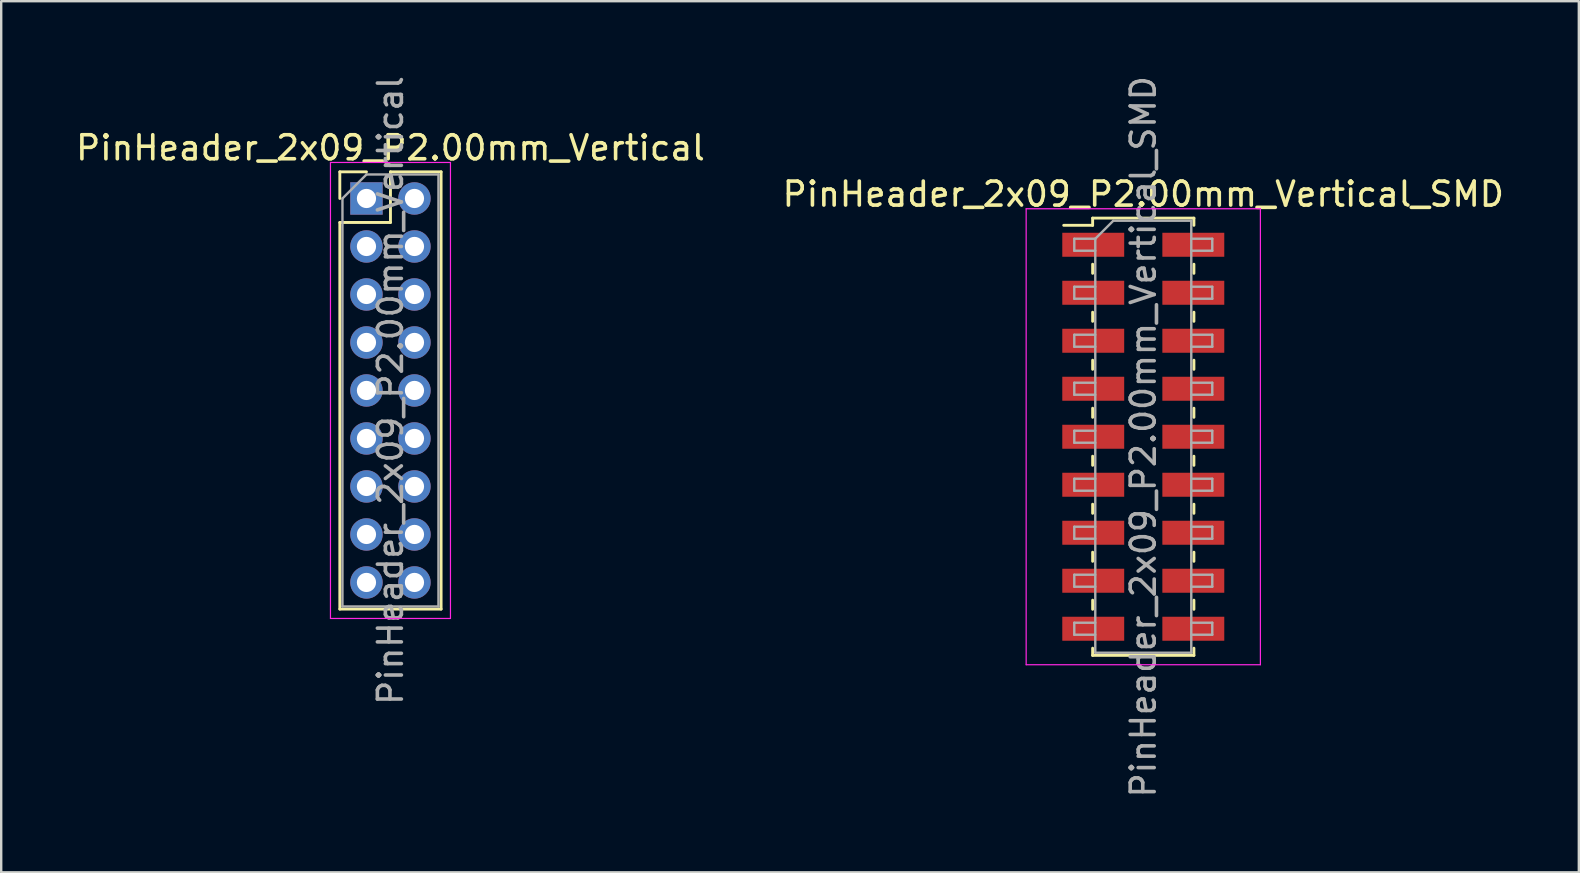
<source format=kicad_pcb>
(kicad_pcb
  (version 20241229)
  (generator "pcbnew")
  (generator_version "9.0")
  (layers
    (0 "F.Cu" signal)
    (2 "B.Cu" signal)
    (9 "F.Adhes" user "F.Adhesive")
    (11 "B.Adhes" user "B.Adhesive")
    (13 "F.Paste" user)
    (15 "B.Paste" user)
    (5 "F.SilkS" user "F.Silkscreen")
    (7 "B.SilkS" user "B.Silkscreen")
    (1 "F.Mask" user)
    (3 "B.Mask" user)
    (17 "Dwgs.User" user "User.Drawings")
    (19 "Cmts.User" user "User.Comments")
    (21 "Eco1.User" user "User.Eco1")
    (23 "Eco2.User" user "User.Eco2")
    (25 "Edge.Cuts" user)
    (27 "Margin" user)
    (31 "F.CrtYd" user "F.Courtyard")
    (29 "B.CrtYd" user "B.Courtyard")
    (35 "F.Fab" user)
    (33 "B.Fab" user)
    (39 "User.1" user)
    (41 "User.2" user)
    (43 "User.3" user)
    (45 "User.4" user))
  (footprint "PinHeader_2x09_P2.00mm_Vertical_SMD"
    (layer "F.Cu")
    (at 44.589 15.149)
    (property "Reference" "PinHeader_2x09_P2.00mm_Vertical_SMD" (at 0 -10.11 0) (layer "F.SilkS") (effects (font (size 1 1) (thickness 0.15))))
    (attr smd)
    (fp_line (start -3.315 -8.81) (end -2.11 -8.81) (stroke (width 0.12) (type solid)) (layer "F.SilkS"))
    (fp_line (start -2.11 -9.11) (end -2.11 -8.81) (stroke (width 0.12) (type solid)) (layer "F.SilkS"))
    (fp_line (start -2.11 -9.11) (end 2.11 -9.11) (stroke (width 0.12) (type solid)) (layer "F.SilkS"))
    (fp_line (start -2.11 -7.19) (end -2.11 -6.81) (stroke (width 0.12) (type solid)) (layer "F.SilkS"))
    (fp_line (start -2.11 -5.19) (end -2.11 -4.81) (stroke (width 0.12) (type solid)) (layer "F.SilkS"))
    (fp_line (start -2.11 -3.19) (end -2.11 -2.81) (stroke (width 0.12) (type solid)) (layer "F.SilkS"))
    (fp_line (start -2.11 -1.19) (end -2.11 -0.81) (stroke (width 0.12) (type solid)) (layer "F.SilkS"))
    (fp_line (start -2.11 0.81) (end -2.11 1.19) (stroke (width 0.12) (type solid)) (layer "F.SilkS"))
    (fp_line (start -2.11 2.81) (end -2.11 3.19) (stroke (width 0.12) (type solid)) (layer "F.SilkS"))
    (fp_line (start -2.11 4.81) (end -2.11 5.19) (stroke (width 0.12) (type solid)) (layer "F.SilkS"))
    (fp_line (start -2.11 6.81) (end -2.11 7.19) (stroke (width 0.12) (type solid)) (layer "F.SilkS"))
    (fp_line (start -2.11 8.81) (end -2.11 9.11) (stroke (width 0.12) (type solid)) (layer "F.SilkS"))
    (fp_line (start -2.11 9.11) (end 2.11 9.11) (stroke (width 0.12) (type solid)) (layer "F.SilkS"))
    (fp_line (start 2.11 -9.11) (end 2.11 -8.81) (stroke (width 0.12) (type solid)) (layer "F.SilkS"))
    (fp_line (start 2.11 -7.19) (end 2.11 -6.81) (stroke (width 0.12) (type solid)) (layer "F.SilkS"))
    (fp_line (start 2.11 -5.19) (end 2.11 -4.81) (stroke (width 0.12) (type solid)) (layer "F.SilkS"))
    (fp_line (start 2.11 -3.19) (end 2.11 -2.81) (stroke (width 0.12) (type solid)) (layer "F.SilkS"))
    (fp_line (start 2.11 -1.19) (end 2.11 -0.81) (stroke (width 0.12) (type solid)) (layer "F.SilkS"))
    (fp_line (start 2.11 0.81) (end 2.11 1.19) (stroke (width 0.12) (type solid)) (layer "F.SilkS"))
    (fp_line (start 2.11 2.81) (end 2.11 3.19) (stroke (width 0.12) (type solid)) (layer "F.SilkS"))
    (fp_line (start 2.11 4.81) (end 2.11 5.19) (stroke (width 0.12) (type solid)) (layer "F.SilkS"))
    (fp_line (start 2.11 6.81) (end 2.11 7.19) (stroke (width 0.12) (type solid)) (layer "F.SilkS"))
    (fp_line (start 2.11 8.81) (end 2.11 9.11) (stroke (width 0.12) (type solid)) (layer "F.SilkS"))
    (fp_line (start -4.88 -9.5) (end -4.88 9.5) (stroke (width 0.05) (type solid)) (layer "F.CrtYd"))
    (fp_line (start -4.88 9.5) (end 4.88 9.5) (stroke (width 0.05) (type solid)) (layer "F.CrtYd"))
    (fp_line (start 4.88 -9.5) (end -4.88 -9.5) (stroke (width 0.05) (type solid)) (layer "F.CrtYd"))
    (fp_line (start 4.88 9.5) (end 4.88 -9.5) (stroke (width 0.05) (type solid)) (layer "F.CrtYd"))
    (fp_line (start -2.875 -8.25) (end -2.875 -7.75) (stroke (width 0.1) (type solid)) (layer "F.Fab"))
    (fp_line (start -2.875 -7.75) (end -2 -7.75) (stroke (width 0.1) (type solid)) (layer "F.Fab"))
    (fp_line (start -2.875 -6.25) (end -2.875 -5.75) (stroke (width 0.1) (type solid)) (layer "F.Fab"))
    (fp_line (start -2.875 -5.75) (end -2 -5.75) (stroke (width 0.1) (type solid)) (layer "F.Fab"))
    (fp_line (start -2.875 -4.25) (end -2.875 -3.75) (stroke (width 0.1) (type solid)) (layer "F.Fab"))
    (fp_line (start -2.875 -3.75) (end -2 -3.75) (stroke (width 0.1) (type solid)) (layer "F.Fab"))
    (fp_line (start -2.875 -2.25) (end -2.875 -1.75) (stroke (width 0.1) (type solid)) (layer "F.Fab"))
    (fp_line (start -2.875 -1.75) (end -2 -1.75) (stroke (width 0.1) (type solid)) (layer "F.Fab"))
    (fp_line (start -2.875 -0.25) (end -2.875 0.25) (stroke (width 0.1) (type solid)) (layer "F.Fab"))
    (fp_line (start -2.875 0.25) (end -2 0.25) (stroke (width 0.1) (type solid)) (layer "F.Fab"))
    (fp_line (start -2.875 1.75) (end -2.875 2.25) (stroke (width 0.1) (type solid)) (layer "F.Fab"))
    (fp_line (start -2.875 2.25) (end -2 2.25) (stroke (width 0.1) (type solid)) (layer "F.Fab"))
    (fp_line (start -2.875 3.75) (end -2.875 4.25) (stroke (width 0.1) (type solid)) (layer "F.Fab"))
    (fp_line (start -2.875 4.25) (end -2 4.25) (stroke (width 0.1) (type solid)) (layer "F.Fab"))
    (fp_line (start -2.875 5.75) (end -2.875 6.25) (stroke (width 0.1) (type solid)) (layer "F.Fab"))
    (fp_line (start -2.875 6.25) (end -2 6.25) (stroke (width 0.1) (type solid)) (layer "F.Fab"))
    (fp_line (start -2.875 7.75) (end -2.875 8.25) (stroke (width 0.1) (type solid)) (layer "F.Fab"))
    (fp_line (start -2.875 8.25) (end -2 8.25) (stroke (width 0.1) (type solid)) (layer "F.Fab"))
    (fp_line (start -2 -8.25) (end -2.875 -8.25) (stroke (width 0.1) (type solid)) (layer "F.Fab"))
    (fp_line (start -2 -8.25) (end -1.25 -9) (stroke (width 0.1) (type solid)) (layer "F.Fab"))
    (fp_line (start -2 -6.25) (end -2.875 -6.25) (stroke (width 0.1) (type solid)) (layer "F.Fab"))
    (fp_line (start -2 -4.25) (end -2.875 -4.25) (stroke (width 0.1) (type solid)) (layer "F.Fab"))
    (fp_line (start -2 -2.25) (end -2.875 -2.25) (stroke (width 0.1) (type solid)) (layer "F.Fab"))
    (fp_line (start -2 -0.25) (end -2.875 -0.25) (stroke (width 0.1) (type solid)) (layer "F.Fab"))
    (fp_line (start -2 1.75) (end -2.875 1.75) (stroke (width 0.1) (type solid)) (layer "F.Fab"))
    (fp_line (start -2 3.75) (end -2.875 3.75) (stroke (width 0.1) (type solid)) (layer "F.Fab"))
    (fp_line (start -2 5.75) (end -2.875 5.75) (stroke (width 0.1) (type solid)) (layer "F.Fab"))
    (fp_line (start -2 7.75) (end -2.875 7.75) (stroke (width 0.1) (type solid)) (layer "F.Fab"))
    (fp_line (start -2 9) (end -2 -8.25) (stroke (width 0.1) (type solid)) (layer "F.Fab"))
    (fp_line (start -1.25 -9) (end 2 -9) (stroke (width 0.1) (type solid)) (layer "F.Fab"))
    (fp_line (start 2 -9) (end 2 9) (stroke (width 0.1) (type solid)) (layer "F.Fab"))
    (fp_line (start 2 -8.25) (end 2.875 -8.25) (stroke (width 0.1) (type solid)) (layer "F.Fab"))
    (fp_line (start 2 -6.25) (end 2.875 -6.25) (stroke (width 0.1) (type solid)) (layer "F.Fab"))
    (fp_line (start 2 -4.25) (end 2.875 -4.25) (stroke (width 0.1) (type solid)) (layer "F.Fab"))
    (fp_line (start 2 -2.25) (end 2.875 -2.25) (stroke (width 0.1) (type solid)) (layer "F.Fab"))
    (fp_line (start 2 -0.25) (end 2.875 -0.25) (stroke (width 0.1) (type solid)) (layer "F.Fab"))
    (fp_line (start 2 1.75) (end 2.875 1.75) (stroke (width 0.1) (type solid)) (layer "F.Fab"))
    (fp_line (start 2 3.75) (end 2.875 3.75) (stroke (width 0.1) (type solid)) (layer "F.Fab"))
    (fp_line (start 2 5.75) (end 2.875 5.75) (stroke (width 0.1) (type solid)) (layer "F.Fab"))
    (fp_line (start 2 7.75) (end 2.875 7.75) (stroke (width 0.1) (type solid)) (layer "F.Fab"))
    (fp_line (start 2 9) (end -2 9) (stroke (width 0.1) (type solid)) (layer "F.Fab"))
    (fp_line (start 2.875 -8.25) (end 2.875 -7.75) (stroke (width 0.1) (type solid)) (layer "F.Fab"))
    (fp_line (start 2.875 -7.75) (end 2 -7.75) (stroke (width 0.1) (type solid)) (layer "F.Fab"))
    (fp_line (start 2.875 -6.25) (end 2.875 -5.75) (stroke (width 0.1) (type solid)) (layer "F.Fab"))
    (fp_line (start 2.875 -5.75) (end 2 -5.75) (stroke (width 0.1) (type solid)) (layer "F.Fab"))
    (fp_line (start 2.875 -4.25) (end 2.875 -3.75) (stroke (width 0.1) (type solid)) (layer "F.Fab"))
    (fp_line (start 2.875 -3.75) (end 2 -3.75) (stroke (width 0.1) (type solid)) (layer "F.Fab"))
    (fp_line (start 2.875 -2.25) (end 2.875 -1.75) (stroke (width 0.1) (type solid)) (layer "F.Fab"))
    (fp_line (start 2.875 -1.75) (end 2 -1.75) (stroke (width 0.1) (type solid)) (layer "F.Fab"))
    (fp_line (start 2.875 -0.25) (end 2.875 0.25) (stroke (width 0.1) (type solid)) (layer "F.Fab"))
    (fp_line (start 2.875 0.25) (end 2 0.25) (stroke (width 0.1) (type solid)) (layer "F.Fab"))
    (fp_line (start 2.875 1.75) (end 2.875 2.25) (stroke (width 0.1) (type solid)) (layer "F.Fab"))
    (fp_line (start 2.875 2.25) (end 2 2.25) (stroke (width 0.1) (type solid)) (layer "F.Fab"))
    (fp_line (start 2.875 3.75) (end 2.875 4.25) (stroke (width 0.1) (type solid)) (layer "F.Fab"))
    (fp_line (start 2.875 4.25) (end 2 4.25) (stroke (width 0.1) (type solid)) (layer "F.Fab"))
    (fp_line (start 2.875 5.75) (end 2.875 6.25) (stroke (width 0.1) (type solid)) (layer "F.Fab"))
    (fp_line (start 2.875 6.25) (end 2 6.25) (stroke (width 0.1) (type solid)) (layer "F.Fab"))
    (fp_line (start 2.875 7.75) (end 2.875 8.25) (stroke (width 0.1) (type solid)) (layer "F.Fab"))
    (fp_line (start 2.875 8.25) (end 2 8.25) (stroke (width 0.1) (type solid)) (layer "F.Fab"))
    (fp_text user "${REFERENCE}" (at 0 0 90) (layer "F.Fab") (effects (font (size 1 1) (thickness 0.15))))
    (pad "1" smd rect (at -2.085 -8) (size 2.58 1) (layers "F.Cu" "F.Mask" "F.Paste"))
    (pad "2" smd rect (at 2.085 -8) (size 2.58 1) (layers "F.Cu" "F.Mask" "F.Paste"))
    (pad "3" smd rect (at -2.085 -6) (size 2.58 1) (layers "F.Cu" "F.Mask" "F.Paste"))
    (pad "4" smd rect (at 2.085 -6) (size 2.58 1) (layers "F.Cu" "F.Mask" "F.Paste"))
    (pad "5" smd rect (at -2.085 -4) (size 2.58 1) (layers "F.Cu" "F.Mask" "F.Paste"))
    (pad "6" smd rect (at 2.085 -4) (size 2.58 1) (layers "F.Cu" "F.Mask" "F.Paste"))
    (pad "7" smd rect (at -2.085 -2) (size 2.58 1) (layers "F.Cu" "F.Mask" "F.Paste"))
    (pad "8" smd rect (at 2.085 -2) (size 2.58 1) (layers "F.Cu" "F.Mask" "F.Paste"))
    (pad "9" smd rect (at -2.085 0) (size 2.58 1) (layers "F.Cu" "F.Mask" "F.Paste"))
    (pad "10" smd rect (at 2.085 0) (size 2.58 1) (layers "F.Cu" "F.Mask" "F.Paste"))
    (pad "11" smd rect (at -2.085 2) (size 2.58 1) (layers "F.Cu" "F.Mask" "F.Paste"))
    (pad "12" smd rect (at 2.085 2) (size 2.58 1) (layers "F.Cu" "F.Mask" "F.Paste"))
    (pad "13" smd rect (at -2.085 4) (size 2.58 1) (layers "F.Cu" "F.Mask" "F.Paste"))
    (pad "14" smd rect (at 2.085 4) (size 2.58 1) (layers "F.Cu" "F.Mask" "F.Paste"))
    (pad "15" smd rect (at -2.085 6) (size 2.58 1) (layers "F.Cu" "F.Mask" "F.Paste"))
    (pad "16" smd rect (at 2.085 6) (size 2.58 1) (layers "F.Cu" "F.Mask" "F.Paste"))
    (pad "17" smd rect (at -2.085 8) (size 2.58 1) (layers "F.Cu" "F.Mask" "F.Paste"))
    (pad "18" smd rect (at 2.085 8) (size 2.58 1) (layers "F.Cu" "F.Mask" "F.Paste")))
  (footprint "PinHeader_2x09_P2.00mm_Vertical"
    (layer "F.Cu")
    (at 12.22 5.22)
    (property "Reference" "PinHeader_2x09_P2.00mm_Vertical" (at 1 -2.11 0) (layer "F.SilkS") (effects (font (size 1 1) (thickness 0.15))))
    (attr through_hole)
    (fp_line (start -1.11 -1.11) (end 0 -1.11) (stroke (width 0.12) (type solid)) (layer "F.SilkS"))
    (fp_line (start -1.11 0) (end -1.11 -1.11) (stroke (width 0.12) (type solid)) (layer "F.SilkS"))
    (fp_line (start -1.11 1) (end -1.11 17.11) (stroke (width 0.12) (type solid)) (layer "F.SilkS"))
    (fp_line (start -1.11 1) (end 1 1) (stroke (width 0.12) (type solid)) (layer "F.SilkS"))
    (fp_line (start -1.11 17.11) (end 3.11 17.11) (stroke (width 0.12) (type solid)) (layer "F.SilkS"))
    (fp_line (start 1 -1.11) (end 3.11 -1.11) (stroke (width 0.12) (type solid)) (layer "F.SilkS"))
    (fp_line (start 1 1) (end 1 -1.11) (stroke (width 0.12) (type solid)) (layer "F.SilkS"))
    (fp_line (start 3.11 -1.11) (end 3.11 17.11) (stroke (width 0.12) (type solid)) (layer "F.SilkS"))
    (fp_line (start -1.5 -1.5) (end -1.5 17.5) (stroke (width 0.05) (type solid)) (layer "F.CrtYd"))
    (fp_line (start -1.5 17.5) (end 3.5 17.5) (stroke (width 0.05) (type solid)) (layer "F.CrtYd"))
    (fp_line (start 3.5 -1.5) (end -1.5 -1.5) (stroke (width 0.05) (type solid)) (layer "F.CrtYd"))
    (fp_line (start 3.5 17.5) (end 3.5 -1.5) (stroke (width 0.05) (type solid)) (layer "F.CrtYd"))
    (fp_line (start -1 0) (end 0 -1) (stroke (width 0.1) (type solid)) (layer "F.Fab"))
    (fp_line (start -1 17) (end -1 0) (stroke (width 0.1) (type solid)) (layer "F.Fab"))
    (fp_line (start 0 -1) (end 3 -1) (stroke (width 0.1) (type solid)) (layer "F.Fab"))
    (fp_line (start 3 -1) (end 3 17) (stroke (width 0.1) (type solid)) (layer "F.Fab"))
    (fp_line (start 3 17) (end -1 17) (stroke (width 0.1) (type solid)) (layer "F.Fab"))
    (fp_text user "${REFERENCE}" (at 1 8 90) (layer "F.Fab") (effects (font (size 1 1) (thickness 0.15))))
    (pad "1" thru_hole rect (at 0 0) (size 1.35 1.35) (drill 0.8) (layers "*.Cu" "*.Mask"))
    (pad "2" thru_hole circle (at 2 0) (size 1.35 1.35) (drill 0.8) (layers "*.Cu" "*.Mask"))
    (pad "3" thru_hole circle (at 0 2) (size 1.35 1.35) (drill 0.8) (layers "*.Cu" "*.Mask"))
    (pad "4" thru_hole circle (at 2 2) (size 1.35 1.35) (drill 0.8) (layers "*.Cu" "*.Mask"))
    (pad "5" thru_hole circle (at 0 4) (size 1.35 1.35) (drill 0.8) (layers "*.Cu" "*.Mask"))
    (pad "6" thru_hole circle (at 2 4) (size 1.35 1.35) (drill 0.8) (layers "*.Cu" "*.Mask"))
    (pad "7" thru_hole circle (at 0 6) (size 1.35 1.35) (drill 0.8) (layers "*.Cu" "*.Mask"))
    (pad "8" thru_hole circle (at 2 6) (size 1.35 1.35) (drill 0.8) (layers "*.Cu" "*.Mask"))
    (pad "9" thru_hole circle (at 0 8) (size 1.35 1.35) (drill 0.8) (layers "*.Cu" "*.Mask"))
    (pad "10" thru_hole circle (at 2 8) (size 1.35 1.35) (drill 0.8) (layers "*.Cu" "*.Mask"))
    (pad "11" thru_hole circle (at 0 10) (size 1.35 1.35) (drill 0.8) (layers "*.Cu" "*.Mask"))
    (pad "12" thru_hole circle (at 2 10) (size 1.35 1.35) (drill 0.8) (layers "*.Cu" "*.Mask"))
    (pad "13" thru_hole circle (at 0 12) (size 1.35 1.35) (drill 0.8) (layers "*.Cu" "*.Mask"))
    (pad "14" thru_hole circle (at 2 12) (size 1.35 1.35) (drill 0.8) (layers "*.Cu" "*.Mask"))
    (pad "15" thru_hole circle (at 0 14) (size 1.35 1.35) (drill 0.8) (layers "*.Cu" "*.Mask"))
    (pad "16" thru_hole circle (at 2 14) (size 1.35 1.35) (drill 0.8) (layers "*.Cu" "*.Mask"))
    (pad "17" thru_hole circle (at 0 16) (size 1.35 1.35) (drill 0.8) (layers "*.Cu" "*.Mask"))
    (pad "18" thru_hole circle (at 2 16) (size 1.35 1.35) (drill 0.8) (layers "*.Cu" "*.Mask")))
  (gr_rect
    (start -3 -3)
    (end 62.738 33.298)
    (stroke (width 0.1) (type default))
    (fill no)
    (layer "Edge.Cuts")))
</source>
